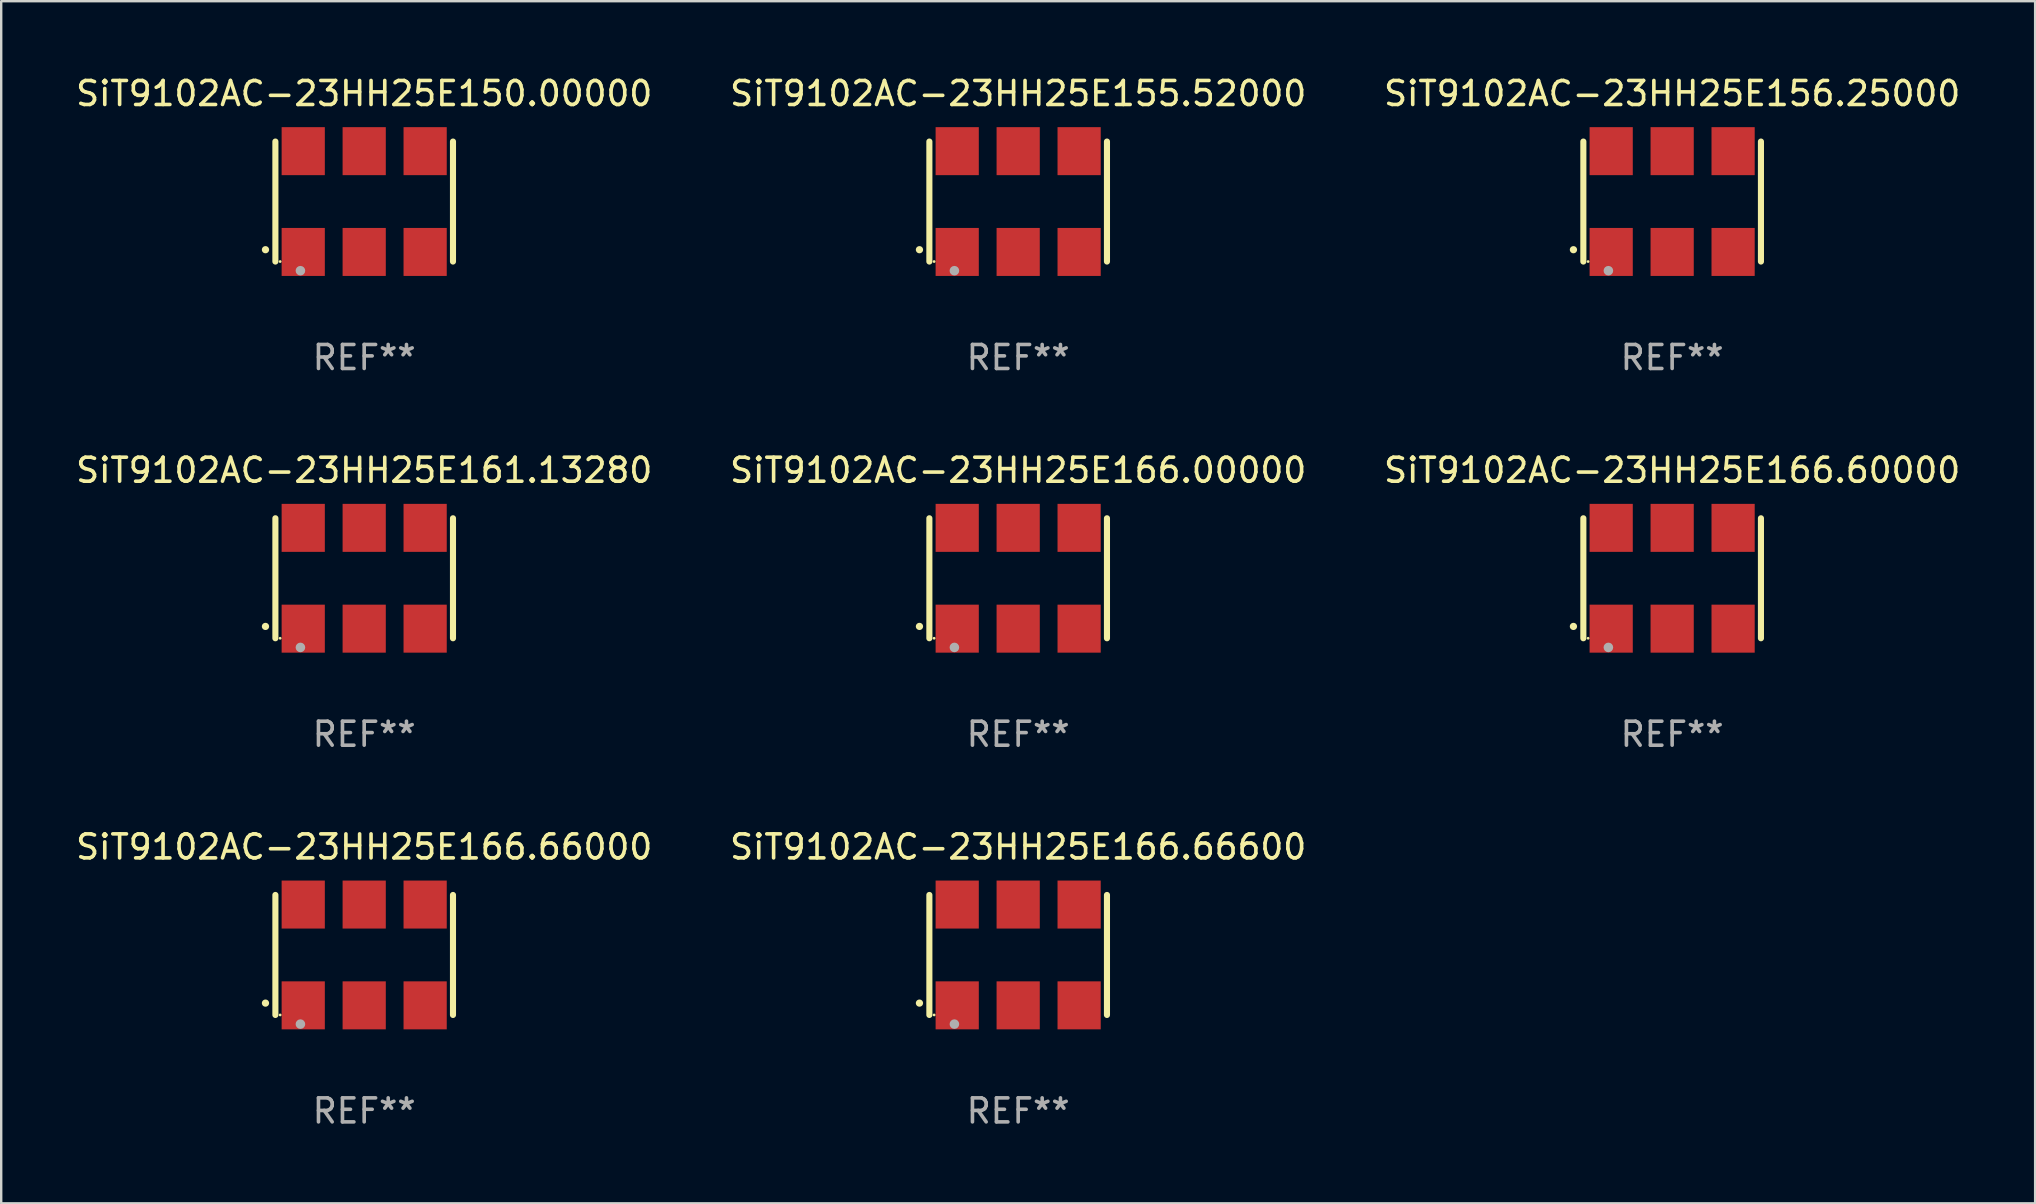
<source format=kicad_pcb>
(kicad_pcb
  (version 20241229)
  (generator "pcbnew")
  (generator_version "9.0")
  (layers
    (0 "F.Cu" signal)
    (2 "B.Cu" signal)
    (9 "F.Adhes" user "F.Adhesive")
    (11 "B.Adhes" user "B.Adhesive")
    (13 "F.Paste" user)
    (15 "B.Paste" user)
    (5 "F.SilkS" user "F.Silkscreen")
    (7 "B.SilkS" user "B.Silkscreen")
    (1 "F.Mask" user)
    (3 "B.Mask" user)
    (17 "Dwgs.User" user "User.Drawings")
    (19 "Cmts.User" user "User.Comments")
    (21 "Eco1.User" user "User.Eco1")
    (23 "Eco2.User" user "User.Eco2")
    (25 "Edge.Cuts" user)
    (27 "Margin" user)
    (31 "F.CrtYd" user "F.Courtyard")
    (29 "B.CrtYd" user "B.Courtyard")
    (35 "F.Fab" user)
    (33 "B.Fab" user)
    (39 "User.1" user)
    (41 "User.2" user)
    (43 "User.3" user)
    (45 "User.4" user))
  (footprint "SiT9102AC-23HH25E155.52000"
    (layer "F.Cu")
    (at 39.375 5.348)
    (property "Reference" "SiT9102AC-23HH25E155.52000" (at 0 -4.5 0) (layer "F.SilkS") (effects (font (size 1 1) (thickness 0.15))))
    (attr through_hole)
    (fp_line (start -3.7 -2.5) (end -3.7 2.5) (stroke (width 0.254) (type solid)) (layer "F.SilkS"))
    (fp_line (start 3.7 -2.5) (end 3.7 2.5) (stroke (width 0.254) (type solid)) (layer "F.SilkS"))
    (fp_arc (start -4.114415 2.006604) (mid -4.113145 2.006599) (end -4.111875 2.006604) (stroke (width 0.3) (type solid)) (layer "F.SilkS"))
    (fp_circle (center -3.502 2.5) (end -3.472 2.5) (stroke (width 0.06) (type solid)) (fill no) (layer "F.SilkS"))
    (fp_circle (center -2.657 2.882) (end -2.557 2.882) (stroke (width 0.2) (type solid)) (fill no) (layer "F.Fab"))
    (fp_text user "REF**" (at 0 6.5 0) (layer "F.Fab") (effects (font (size 1 1) (thickness 0.15))))
    (pad "1" smd rect (at -2.54 2.1) (size 1.8 2) (layers "F.Cu" "F.Mask" "F.Paste"))
    (pad "2" smd rect (at 0.000394 2.1) (size 1.8 2) (layers "F.Cu" "F.Mask" "F.Paste"))
    (pad "3" smd rect (at 2.54 2.1) (size 1.8 2) (layers "F.Cu" "F.Mask" "F.Paste"))
    (pad "4" smd rect (at 2.54 -2.1) (size 1.8 2) (layers "F.Cu" "F.Mask" "F.Paste"))
    (pad "5" smd rect (at 0.000394 -2.1) (size 1.8 2) (layers "F.Cu" "F.Mask" "F.Paste"))
    (pad "6" smd rect (at -2.54 -2.1) (size 1.8 2) (layers "F.Cu" "F.Mask" "F.Paste")))
  (footprint "SiT9102AC-23HH25E161.13280"
    (layer "F.Cu")
    (at 12.125 21.045)
    (property "Reference" "SiT9102AC-23HH25E161.13280" (at 0 -4.5 0) (layer "F.SilkS") (effects (font (size 1 1) (thickness 0.15))))
    (attr through_hole)
    (fp_line (start -3.7 -2.5) (end -3.7 2.5) (stroke (width 0.254) (type solid)) (layer "F.SilkS"))
    (fp_line (start 3.7 -2.5) (end 3.7 2.5) (stroke (width 0.254) (type solid)) (layer "F.SilkS"))
    (fp_arc (start -4.114415 2.006604) (mid -4.113145 2.006599) (end -4.111875 2.006604) (stroke (width 0.3) (type solid)) (layer "F.SilkS"))
    (fp_circle (center -3.502 2.5) (end -3.472 2.5) (stroke (width 0.06) (type solid)) (fill no) (layer "F.SilkS"))
    (fp_circle (center -2.657 2.882) (end -2.557 2.882) (stroke (width 0.2) (type solid)) (fill no) (layer "F.Fab"))
    (fp_text user "REF**" (at 0 6.5 0) (layer "F.Fab") (effects (font (size 1 1) (thickness 0.15))))
    (pad "1" smd rect (at -2.54 2.1) (size 1.8 2) (layers "F.Cu" "F.Mask" "F.Paste"))
    (pad "2" smd rect (at 0.000394 2.1) (size 1.8 2) (layers "F.Cu" "F.Mask" "F.Paste"))
    (pad "3" smd rect (at 2.54 2.1) (size 1.8 2) (layers "F.Cu" "F.Mask" "F.Paste"))
    (pad "4" smd rect (at 2.54 -2.1) (size 1.8 2) (layers "F.Cu" "F.Mask" "F.Paste"))
    (pad "5" smd rect (at 0.000394 -2.1) (size 1.8 2) (layers "F.Cu" "F.Mask" "F.Paste"))
    (pad "6" smd rect (at -2.54 -2.1) (size 1.8 2) (layers "F.Cu" "F.Mask" "F.Paste")))
  (footprint "SiT9102AC-23HH25E166.66600"
    (layer "F.Cu")
    (at 39.375 36.741)
    (property "Reference" "SiT9102AC-23HH25E166.66600" (at 0 -4.5 0) (layer "F.SilkS") (effects (font (size 1 1) (thickness 0.15))))
    (attr through_hole)
    (fp_line (start -3.7 -2.5) (end -3.7 2.5) (stroke (width 0.254) (type solid)) (layer "F.SilkS"))
    (fp_line (start 3.7 -2.5) (end 3.7 2.5) (stroke (width 0.254) (type solid)) (layer "F.SilkS"))
    (fp_arc (start -4.114415 2.006604) (mid -4.113145 2.006599) (end -4.111875 2.006604) (stroke (width 0.3) (type solid)) (layer "F.SilkS"))
    (fp_circle (center -3.502 2.5) (end -3.472 2.5) (stroke (width 0.06) (type solid)) (fill no) (layer "F.SilkS"))
    (fp_circle (center -2.657 2.882) (end -2.557 2.882) (stroke (width 0.2) (type solid)) (fill no) (layer "F.Fab"))
    (fp_text user "REF**" (at 0 6.5 0) (layer "F.Fab") (effects (font (size 1 1) (thickness 0.15))))
    (pad "1" smd rect (at -2.54 2.1) (size 1.8 2) (layers "F.Cu" "F.Mask" "F.Paste"))
    (pad "2" smd rect (at 0.000394 2.1) (size 1.8 2) (layers "F.Cu" "F.Mask" "F.Paste"))
    (pad "3" smd rect (at 2.54 2.1) (size 1.8 2) (layers "F.Cu" "F.Mask" "F.Paste"))
    (pad "4" smd rect (at 2.54 -2.1) (size 1.8 2) (layers "F.Cu" "F.Mask" "F.Paste"))
    (pad "5" smd rect (at 0.000394 -2.1) (size 1.8 2) (layers "F.Cu" "F.Mask" "F.Paste"))
    (pad "6" smd rect (at -2.54 -2.1) (size 1.8 2) (layers "F.Cu" "F.Mask" "F.Paste")))
  (footprint "SiT9102AC-23HH25E156.25000"
    (layer "F.Cu")
    (at 66.625 5.348)
    (property "Reference" "SiT9102AC-23HH25E156.25000" (at 0 -4.5 0) (layer "F.SilkS") (effects (font (size 1 1) (thickness 0.15))))
    (attr through_hole)
    (fp_line (start -3.7 -2.5) (end -3.7 2.5) (stroke (width 0.254) (type solid)) (layer "F.SilkS"))
    (fp_line (start 3.7 -2.5) (end 3.7 2.5) (stroke (width 0.254) (type solid)) (layer "F.SilkS"))
    (fp_arc (start -4.114415 2.006604) (mid -4.113145 2.006599) (end -4.111875 2.006604) (stroke (width 0.3) (type solid)) (layer "F.SilkS"))
    (fp_circle (center -3.502 2.5) (end -3.472 2.5) (stroke (width 0.06) (type solid)) (fill no) (layer "F.SilkS"))
    (fp_circle (center -2.657 2.882) (end -2.557 2.882) (stroke (width 0.2) (type solid)) (fill no) (layer "F.Fab"))
    (fp_text user "REF**" (at 0 6.5 0) (layer "F.Fab") (effects (font (size 1 1) (thickness 0.15))))
    (pad "1" smd rect (at -2.54 2.1) (size 1.8 2) (layers "F.Cu" "F.Mask" "F.Paste"))
    (pad "2" smd rect (at 0.000394 2.1) (size 1.8 2) (layers "F.Cu" "F.Mask" "F.Paste"))
    (pad "3" smd rect (at 2.54 2.1) (size 1.8 2) (layers "F.Cu" "F.Mask" "F.Paste"))
    (pad "4" smd rect (at 2.54 -2.1) (size 1.8 2) (layers "F.Cu" "F.Mask" "F.Paste"))
    (pad "5" smd rect (at 0.000394 -2.1) (size 1.8 2) (layers "F.Cu" "F.Mask" "F.Paste"))
    (pad "6" smd rect (at -2.54 -2.1) (size 1.8 2) (layers "F.Cu" "F.Mask" "F.Paste")))
  (footprint "SiT9102AC-23HH25E166.66000"
    (layer "F.Cu")
    (at 12.125 36.741)
    (property "Reference" "SiT9102AC-23HH25E166.66000" (at 0 -4.5 0) (layer "F.SilkS") (effects (font (size 1 1) (thickness 0.15))))
    (attr through_hole)
    (fp_line (start -3.7 -2.5) (end -3.7 2.5) (stroke (width 0.254) (type solid)) (layer "F.SilkS"))
    (fp_line (start 3.7 -2.5) (end 3.7 2.5) (stroke (width 0.254) (type solid)) (layer "F.SilkS"))
    (fp_arc (start -4.114415 2.006604) (mid -4.113145 2.006599) (end -4.111875 2.006604) (stroke (width 0.3) (type solid)) (layer "F.SilkS"))
    (fp_circle (center -3.502 2.5) (end -3.472 2.5) (stroke (width 0.06) (type solid)) (fill no) (layer "F.SilkS"))
    (fp_circle (center -2.657 2.882) (end -2.557 2.882) (stroke (width 0.2) (type solid)) (fill no) (layer "F.Fab"))
    (fp_text user "REF**" (at 0 6.5 0) (layer "F.Fab") (effects (font (size 1 1) (thickness 0.15))))
    (pad "1" smd rect (at -2.54 2.1) (size 1.8 2) (layers "F.Cu" "F.Mask" "F.Paste"))
    (pad "2" smd rect (at 0.000394 2.1) (size 1.8 2) (layers "F.Cu" "F.Mask" "F.Paste"))
    (pad "3" smd rect (at 2.54 2.1) (size 1.8 2) (layers "F.Cu" "F.Mask" "F.Paste"))
    (pad "4" smd rect (at 2.54 -2.1) (size 1.8 2) (layers "F.Cu" "F.Mask" "F.Paste"))
    (pad "5" smd rect (at 0.000394 -2.1) (size 1.8 2) (layers "F.Cu" "F.Mask" "F.Paste"))
    (pad "6" smd rect (at -2.54 -2.1) (size 1.8 2) (layers "F.Cu" "F.Mask" "F.Paste")))
  (footprint "SiT9102AC-23HH25E166.60000"
    (layer "F.Cu")
    (at 66.625 21.045)
    (property "Reference" "SiT9102AC-23HH25E166.60000" (at 0 -4.5 0) (layer "F.SilkS") (effects (font (size 1 1) (thickness 0.15))))
    (attr through_hole)
    (fp_line (start -3.7 -2.5) (end -3.7 2.5) (stroke (width 0.254) (type solid)) (layer "F.SilkS"))
    (fp_line (start 3.7 -2.5) (end 3.7 2.5) (stroke (width 0.254) (type solid)) (layer "F.SilkS"))
    (fp_arc (start -4.114415 2.006604) (mid -4.113145 2.006599) (end -4.111875 2.006604) (stroke (width 0.3) (type solid)) (layer "F.SilkS"))
    (fp_circle (center -3.502 2.5) (end -3.472 2.5) (stroke (width 0.06) (type solid)) (fill no) (layer "F.SilkS"))
    (fp_circle (center -2.657 2.882) (end -2.557 2.882) (stroke (width 0.2) (type solid)) (fill no) (layer "F.Fab"))
    (fp_text user "REF**" (at 0 6.5 0) (layer "F.Fab") (effects (font (size 1 1) (thickness 0.15))))
    (pad "1" smd rect (at -2.54 2.1) (size 1.8 2) (layers "F.Cu" "F.Mask" "F.Paste"))
    (pad "2" smd rect (at 0.000394 2.1) (size 1.8 2) (layers "F.Cu" "F.Mask" "F.Paste"))
    (pad "3" smd rect (at 2.54 2.1) (size 1.8 2) (layers "F.Cu" "F.Mask" "F.Paste"))
    (pad "4" smd rect (at 2.54 -2.1) (size 1.8 2) (layers "F.Cu" "F.Mask" "F.Paste"))
    (pad "5" smd rect (at 0.000394 -2.1) (size 1.8 2) (layers "F.Cu" "F.Mask" "F.Paste"))
    (pad "6" smd rect (at -2.54 -2.1) (size 1.8 2) (layers "F.Cu" "F.Mask" "F.Paste")))
  (footprint "SiT9102AC-23HH25E150.00000"
    (layer "F.Cu")
    (at 12.125 5.348)
    (property "Reference" "SiT9102AC-23HH25E150.00000" (at 0 -4.5 0) (layer "F.SilkS") (effects (font (size 1 1) (thickness 0.15))))
    (attr through_hole)
    (fp_line (start -3.7 -2.5) (end -3.7 2.5) (stroke (width 0.254) (type solid)) (layer "F.SilkS"))
    (fp_line (start 3.7 -2.5) (end 3.7 2.5) (stroke (width 0.254) (type solid)) (layer "F.SilkS"))
    (fp_arc (start -4.114415 2.006604) (mid -4.113145 2.006599) (end -4.111875 2.006604) (stroke (width 0.3) (type solid)) (layer "F.SilkS"))
    (fp_circle (center -3.502 2.5) (end -3.472 2.5) (stroke (width 0.06) (type solid)) (fill no) (layer "F.SilkS"))
    (fp_circle (center -2.657 2.882) (end -2.557 2.882) (stroke (width 0.2) (type solid)) (fill no) (layer "F.Fab"))
    (fp_text user "REF**" (at 0 6.5 0) (layer "F.Fab") (effects (font (size 1 1) (thickness 0.15))))
    (pad "1" smd rect (at -2.54 2.1) (size 1.8 2) (layers "F.Cu" "F.Mask" "F.Paste"))
    (pad "2" smd rect (at 0.000394 2.1) (size 1.8 2) (layers "F.Cu" "F.Mask" "F.Paste"))
    (pad "3" smd rect (at 2.54 2.1) (size 1.8 2) (layers "F.Cu" "F.Mask" "F.Paste"))
    (pad "4" smd rect (at 2.54 -2.1) (size 1.8 2) (layers "F.Cu" "F.Mask" "F.Paste"))
    (pad "5" smd rect (at 0.000394 -2.1) (size 1.8 2) (layers "F.Cu" "F.Mask" "F.Paste"))
    (pad "6" smd rect (at -2.54 -2.1) (size 1.8 2) (layers "F.Cu" "F.Mask" "F.Paste")))
  (footprint "SiT9102AC-23HH25E166.00000"
    (layer "F.Cu")
    (at 39.375 21.045)
    (property "Reference" "SiT9102AC-23HH25E166.00000" (at 0 -4.5 0) (layer "F.SilkS") (effects (font (size 1 1) (thickness 0.15))))
    (attr through_hole)
    (fp_line (start -3.7 -2.5) (end -3.7 2.5) (stroke (width 0.254) (type solid)) (layer "F.SilkS"))
    (fp_line (start 3.7 -2.5) (end 3.7 2.5) (stroke (width 0.254) (type solid)) (layer "F.SilkS"))
    (fp_arc (start -4.114415 2.006604) (mid -4.113145 2.006599) (end -4.111875 2.006604) (stroke (width 0.3) (type solid)) (layer "F.SilkS"))
    (fp_circle (center -3.502 2.5) (end -3.472 2.5) (stroke (width 0.06) (type solid)) (fill no) (layer "F.SilkS"))
    (fp_circle (center -2.657 2.882) (end -2.557 2.882) (stroke (width 0.2) (type solid)) (fill no) (layer "F.Fab"))
    (fp_text user "REF**" (at 0 6.5 0) (layer "F.Fab") (effects (font (size 1 1) (thickness 0.15))))
    (pad "1" smd rect (at -2.54 2.1) (size 1.8 2) (layers "F.Cu" "F.Mask" "F.Paste"))
    (pad "2" smd rect (at 0.000394 2.1) (size 1.8 2) (layers "F.Cu" "F.Mask" "F.Paste"))
    (pad "3" smd rect (at 2.54 2.1) (size 1.8 2) (layers "F.Cu" "F.Mask" "F.Paste"))
    (pad "4" smd rect (at 2.54 -2.1) (size 1.8 2) (layers "F.Cu" "F.Mask" "F.Paste"))
    (pad "5" smd rect (at 0.000394 -2.1) (size 1.8 2) (layers "F.Cu" "F.Mask" "F.Paste"))
    (pad "6" smd rect (at -2.54 -2.1) (size 1.8 2) (layers "F.Cu" "F.Mask" "F.Paste")))
  (gr_rect
    (start -3 -3)
    (end 81.75 47.09)
    (stroke (width 0.1) (type default))
    (fill no)
    (layer "Edge.Cuts")))
</source>
